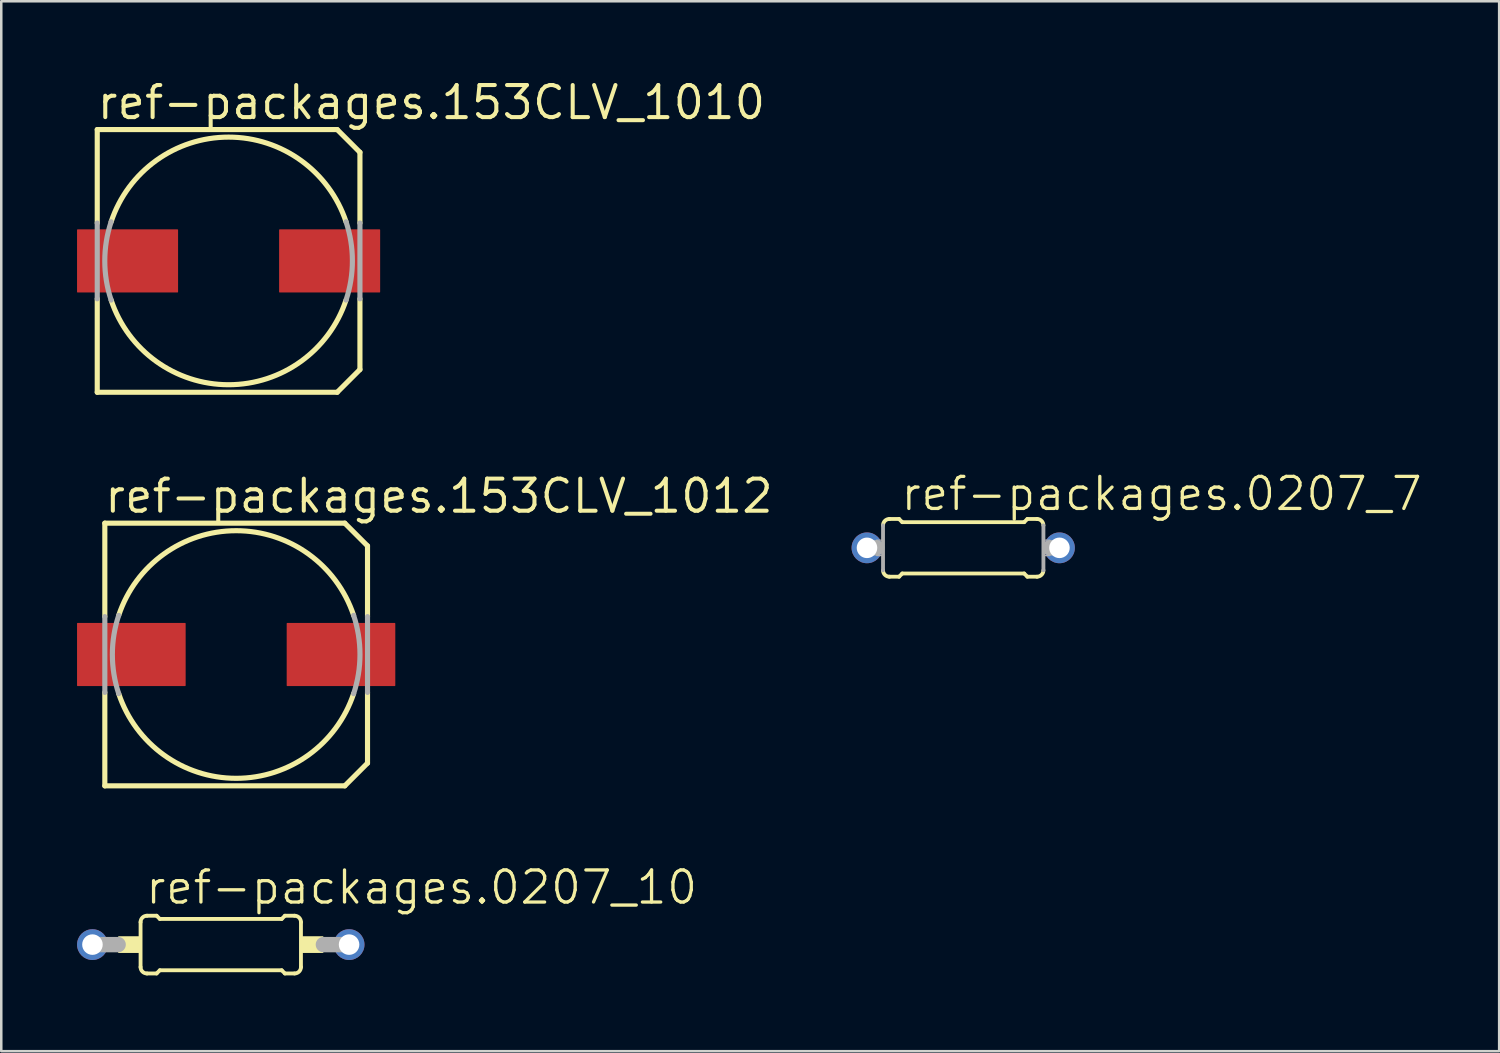
<source format=kicad_pcb>
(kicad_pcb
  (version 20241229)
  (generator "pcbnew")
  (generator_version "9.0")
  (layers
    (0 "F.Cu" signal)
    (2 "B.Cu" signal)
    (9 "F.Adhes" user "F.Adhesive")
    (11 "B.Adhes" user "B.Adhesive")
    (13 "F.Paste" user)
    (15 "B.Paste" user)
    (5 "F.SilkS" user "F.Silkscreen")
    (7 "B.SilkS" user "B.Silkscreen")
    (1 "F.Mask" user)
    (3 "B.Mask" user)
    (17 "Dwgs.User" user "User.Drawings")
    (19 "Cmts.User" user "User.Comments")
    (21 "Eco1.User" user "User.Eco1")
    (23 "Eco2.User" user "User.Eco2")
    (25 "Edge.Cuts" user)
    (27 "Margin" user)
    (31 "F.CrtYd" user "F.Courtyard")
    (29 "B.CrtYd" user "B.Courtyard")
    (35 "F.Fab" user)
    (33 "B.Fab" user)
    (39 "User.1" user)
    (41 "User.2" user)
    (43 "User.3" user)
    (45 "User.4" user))
  (footprint "ref-packages.153CLV_1010"
    (layer "F.Cu")
    (at 6 7.28)
    (property "Reference" "ref-packages.153CLV_1010" (at -5.29 -5.53 0) (layer "F.SilkS") (effects (font (size 1.27 1.27) (thickness 0.16)) (justify left bottom)))
    (attr smd)
    (fp_line (start -5.2 -5.2) (end 4.3 -5.2) (stroke (width 0.203) (type default)) (layer "F.SilkS"))
    (fp_line (start -5.2 -1.5) (end -5.2 -5.2) (stroke (width 0.203) (type default)) (layer "F.SilkS"))
    (fp_line (start -5.2 5.2) (end -5.2 1.5) (stroke (width 0.203) (type default)) (layer "F.SilkS"))
    (fp_line (start 4.3 -5.2) (end 5.2 -4.3) (stroke (width 0.203) (type default)) (layer "F.SilkS"))
    (fp_line (start 4.3 5.2) (end -5.2 5.2) (stroke (width 0.203) (type default)) (layer "F.SilkS"))
    (fp_line (start 5.2 -4.3) (end 5.2 -1.5) (stroke (width 0.203) (type default)) (layer "F.SilkS"))
    (fp_line (start 5.2 1.5) (end 5.2 4.3) (stroke (width 0.203) (type default)) (layer "F.SilkS"))
    (fp_line (start 5.2 4.3) (end 4.3 5.2) (stroke (width 0.203) (type default)) (layer "F.SilkS"))
    (fp_arc (start -4.65 -1.55) (mid 0 -4.90153) (end 4.65 -1.55) (stroke (width 0.2032) (type default)) (layer "F.SilkS"))
    (fp_arc (start 4.65 1.55) (mid 0 4.90153) (end -4.65 1.55) (stroke (width 0.2032) (type default)) (layer "F.SilkS"))
    (fp_line (start -5.2 1.5) (end -5.2 -1.5) (stroke (width 0.203) (type default)) (layer "F.Fab"))
    (fp_line (start 5.2 -1.5) (end 5.2 1.5) (stroke (width 0.203) (type default)) (layer "F.Fab"))
    (fp_arc (start -4.65 1.55) (mid -4.90153 0) (end -4.65 -1.55) (stroke (width 0.2032) (type default)) (layer "F.Fab"))
    (fp_arc (start 4.65 -1.55) (mid 4.90153 0) (end 4.65 1.55) (stroke (width 0.2032) (type default)) (layer "F.Fab"))
    (pad "+" smd roundrect (at 4 0) (size 4 2.5) (layers "F.Cu" "F.Mask" "F.Paste") (roundrect_rratio 0.01))
    (pad "-" smd roundrect (at -4 0) (size 4 2.5) (layers "F.Cu" "F.Mask" "F.Paste") (roundrect_rratio 0.01)))
  (footprint "ref-packages.153CLV_1012"
    (layer "F.Cu")
    (at 6.3 22.862)
    (property "Reference" "ref-packages.153CLV_1012" (at -5.29 -5.53 0) (layer "F.SilkS") (effects (font (size 1.27 1.27) (thickness 0.16)) (justify left bottom)))
    (attr smd)
    (fp_line (start -5.2 -5.2) (end 4.3 -5.2) (stroke (width 0.203) (type default)) (layer "F.SilkS"))
    (fp_line (start -5.2 -1.5) (end -5.2 -5.2) (stroke (width 0.203) (type default)) (layer "F.SilkS"))
    (fp_line (start -5.2 5.2) (end -5.2 1.5) (stroke (width 0.203) (type default)) (layer "F.SilkS"))
    (fp_line (start 4.3 -5.2) (end 5.2 -4.3) (stroke (width 0.203) (type default)) (layer "F.SilkS"))
    (fp_line (start 4.3 5.2) (end -5.2 5.2) (stroke (width 0.203) (type default)) (layer "F.SilkS"))
    (fp_line (start 5.2 -4.3) (end 5.2 -1.5) (stroke (width 0.203) (type default)) (layer "F.SilkS"))
    (fp_line (start 5.2 1.5) (end 5.2 4.3) (stroke (width 0.203) (type default)) (layer "F.SilkS"))
    (fp_line (start 5.2 4.3) (end 4.3 5.2) (stroke (width 0.203) (type default)) (layer "F.SilkS"))
    (fp_arc (start -4.65 -1.55) (mid 0 -4.90153) (end 4.65 -1.55) (stroke (width 0.2032) (type default)) (layer "F.SilkS"))
    (fp_arc (start 4.65 1.55) (mid 0 4.90153) (end -4.65 1.55) (stroke (width 0.2032) (type default)) (layer "F.SilkS"))
    (fp_line (start -5.2 1.5) (end -5.2 -1.5) (stroke (width 0.203) (type default)) (layer "F.Fab"))
    (fp_line (start 5.2 -1.5) (end 5.2 1.5) (stroke (width 0.203) (type default)) (layer "F.Fab"))
    (fp_arc (start -4.65 1.55) (mid -4.90153 0) (end -4.65 -1.55) (stroke (width 0.2032) (type default)) (layer "F.Fab"))
    (fp_arc (start 4.65 -1.55) (mid 4.90153 0) (end 4.65 1.55) (stroke (width 0.2032) (type default)) (layer "F.Fab"))
    (pad "+" smd roundrect (at 4.15 0) (size 4.3 2.5) (layers "F.Cu" "F.Mask" "F.Paste") (roundrect_rratio 0.01))
    (pad "-" smd roundrect (at -4.15 0) (size 4.3 2.5) (layers "F.Cu" "F.Mask" "F.Paste") (roundrect_rratio 0.01)))
  (footprint "ref-packages.0207_7"
    (layer "F.Cu")
    (at 35.084 18.639)
    (property "Reference" "ref-packages.0207_7" (at -2.54 -1.397 0) (layer "F.SilkS") (effects (font (size 1.27 1.27) (thickness 0.13)) (justify left bottom)))
    (attr through_hole)
    (fp_line (start -2.921 -1.143) (end -2.54 -1.143) (stroke (width 0.152) (type default)) (layer "F.SilkS"))
    (fp_line (start -2.921 1.143) (end -2.54 1.143) (stroke (width 0.152) (type default)) (layer "F.SilkS"))
    (fp_line (start -2.413 -1.016) (end -2.54 -1.143) (stroke (width 0.152) (type default)) (layer "F.SilkS"))
    (fp_line (start -2.413 1.016) (end -2.54 1.143) (stroke (width 0.152) (type default)) (layer "F.SilkS"))
    (fp_line (start 2.413 -1.016) (end -2.413 -1.016) (stroke (width 0.152) (type default)) (layer "F.SilkS"))
    (fp_line (start 2.413 -1.016) (end 2.54 -1.143) (stroke (width 0.152) (type default)) (layer "F.SilkS"))
    (fp_line (start 2.413 1.016) (end -2.413 1.016) (stroke (width 0.152) (type default)) (layer "F.SilkS"))
    (fp_line (start 2.413 1.016) (end 2.54 1.143) (stroke (width 0.152) (type default)) (layer "F.SilkS"))
    (fp_line (start 2.921 -1.143) (end 2.54 -1.143) (stroke (width 0.152) (type default)) (layer "F.SilkS"))
    (fp_line (start 2.921 1.143) (end 2.54 1.143) (stroke (width 0.152) (type default)) (layer "F.SilkS"))
    (fp_arc (start -3.175 -0.889) (mid -3.100605 -1.068605) (end -2.921 -1.143) (stroke (width 0.1524) (type default)) (layer "F.SilkS"))
    (fp_arc (start -2.921 1.143) (mid -3.100605 1.068605) (end -3.175 0.889) (stroke (width 0.1524) (type default)) (layer "F.SilkS"))
    (fp_arc (start 2.921 -1.143) (mid 3.100605 -1.068605) (end 3.175 -0.889) (stroke (width 0.1524) (type default)) (layer "F.SilkS"))
    (fp_arc (start 3.175 0.889) (mid 3.100605 1.068605) (end 2.921 1.143) (stroke (width 0.1524) (type default)) (layer "F.SilkS"))
    (fp_line (start -3.81 0) (end -3.429 0) (stroke (width 0.61) (type default)) (layer "F.Fab"))
    (fp_line (start -3.175 0.889) (end -3.175 -0.889) (stroke (width 0.152) (type default)) (layer "F.Fab"))
    (fp_line (start 3.175 0.889) (end 3.175 -0.889) (stroke (width 0.152) (type default)) (layer "F.Fab"))
    (fp_line (start 3.429 0) (end 3.81 0) (stroke (width 0.61) (type default)) (layer "F.Fab"))
    (fp_rect (start -3.429 0.305) (end -3.175 -0.305) (stroke (width 0.05) (type default)) (fill no) (layer "F.Fab"))
    (fp_rect (start 3.175 0.305) (end 3.429 -0.305) (stroke (width 0.05) (type default)) (fill no) (layer "F.Fab"))
    (pad "1" thru_hole circle (at -3.81 0) (size 1.219 1.219) (drill 0.813) (layers "*.Cu" "*.Mask"))
    (pad "2" thru_hole circle (at 3.81 0) (size 1.219 1.219) (drill 0.813) (layers "*.Cu" "*.Mask")))
  (footprint "ref-packages.0207_10"
    (layer "F.Cu")
    (at 5.69 34.347)
    (property "Reference" "ref-packages.0207_10" (at -3.048 -1.524 0) (layer "F.SilkS") (effects (font (size 1.27 1.27) (thickness 0.13)) (justify left bottom)))
    (attr through_hole)
    (fp_line (start -3.175 0.889) (end -3.175 -0.889) (stroke (width 0.152) (type default)) (layer "F.SilkS"))
    (fp_line (start -2.921 -1.143) (end -2.54 -1.143) (stroke (width 0.152) (type default)) (layer "F.SilkS"))
    (fp_line (start -2.921 1.143) (end -2.54 1.143) (stroke (width 0.152) (type default)) (layer "F.SilkS"))
    (fp_line (start -2.413 -1.016) (end -2.54 -1.143) (stroke (width 0.152) (type default)) (layer "F.SilkS"))
    (fp_line (start -2.413 1.016) (end -2.54 1.143) (stroke (width 0.152) (type default)) (layer "F.SilkS"))
    (fp_line (start 2.413 -1.016) (end -2.413 -1.016) (stroke (width 0.152) (type default)) (layer "F.SilkS"))
    (fp_line (start 2.413 -1.016) (end 2.54 -1.143) (stroke (width 0.152) (type default)) (layer "F.SilkS"))
    (fp_line (start 2.413 1.016) (end -2.413 1.016) (stroke (width 0.152) (type default)) (layer "F.SilkS"))
    (fp_line (start 2.413 1.016) (end 2.54 1.143) (stroke (width 0.152) (type default)) (layer "F.SilkS"))
    (fp_line (start 2.921 -1.143) (end 2.54 -1.143) (stroke (width 0.152) (type default)) (layer "F.SilkS"))
    (fp_line (start 2.921 1.143) (end 2.54 1.143) (stroke (width 0.152) (type default)) (layer "F.SilkS"))
    (fp_line (start 3.175 0.889) (end 3.175 -0.889) (stroke (width 0.152) (type default)) (layer "F.SilkS"))
    (fp_rect (start -4.039 0.305) (end -3.175 -0.305) (stroke (width 0.05) (type default)) (fill yes) (layer "F.SilkS"))
    (fp_rect (start 3.175 0.305) (end 4.039 -0.305) (stroke (width 0.05) (type default)) (fill yes) (layer "F.SilkS"))
    (fp_arc (start -3.175 -0.889) (mid -3.100605 -1.068605) (end -2.921 -1.143) (stroke (width 0.1524) (type default)) (layer "F.SilkS"))
    (fp_arc (start -2.921 1.143) (mid -3.100605 1.068605) (end -3.175 0.889) (stroke (width 0.1524) (type default)) (layer "F.SilkS"))
    (fp_arc (start 2.921 -1.143) (mid 3.100605 -1.068605) (end 3.175 -0.889) (stroke (width 0.1524) (type default)) (layer "F.SilkS"))
    (fp_arc (start 3.175 0.889) (mid 3.100605 1.068605) (end 2.921 1.143) (stroke (width 0.1524) (type default)) (layer "F.SilkS"))
    (fp_line (start -5.08 0) (end -4.064 0) (stroke (width 0.61) (type default)) (layer "F.Fab"))
    (fp_line (start 5.08 0) (end 4.064 0) (stroke (width 0.61) (type default)) (layer "F.Fab"))
    (pad "1" thru_hole circle (at -5.08 0) (size 1.219 1.219) (drill 0.813) (layers "*.Cu" "*.Mask"))
    (pad "2" thru_hole circle (at 5.08 0) (size 1.219 1.219) (drill 0.813) (layers "*.Cu" "*.Mask")))
  (gr_rect
    (start -3 -3)
    (end 56.302 38.566)
    (stroke (width 0.1) (type default))
    (fill no)
    (layer "Edge.Cuts")))
</source>
